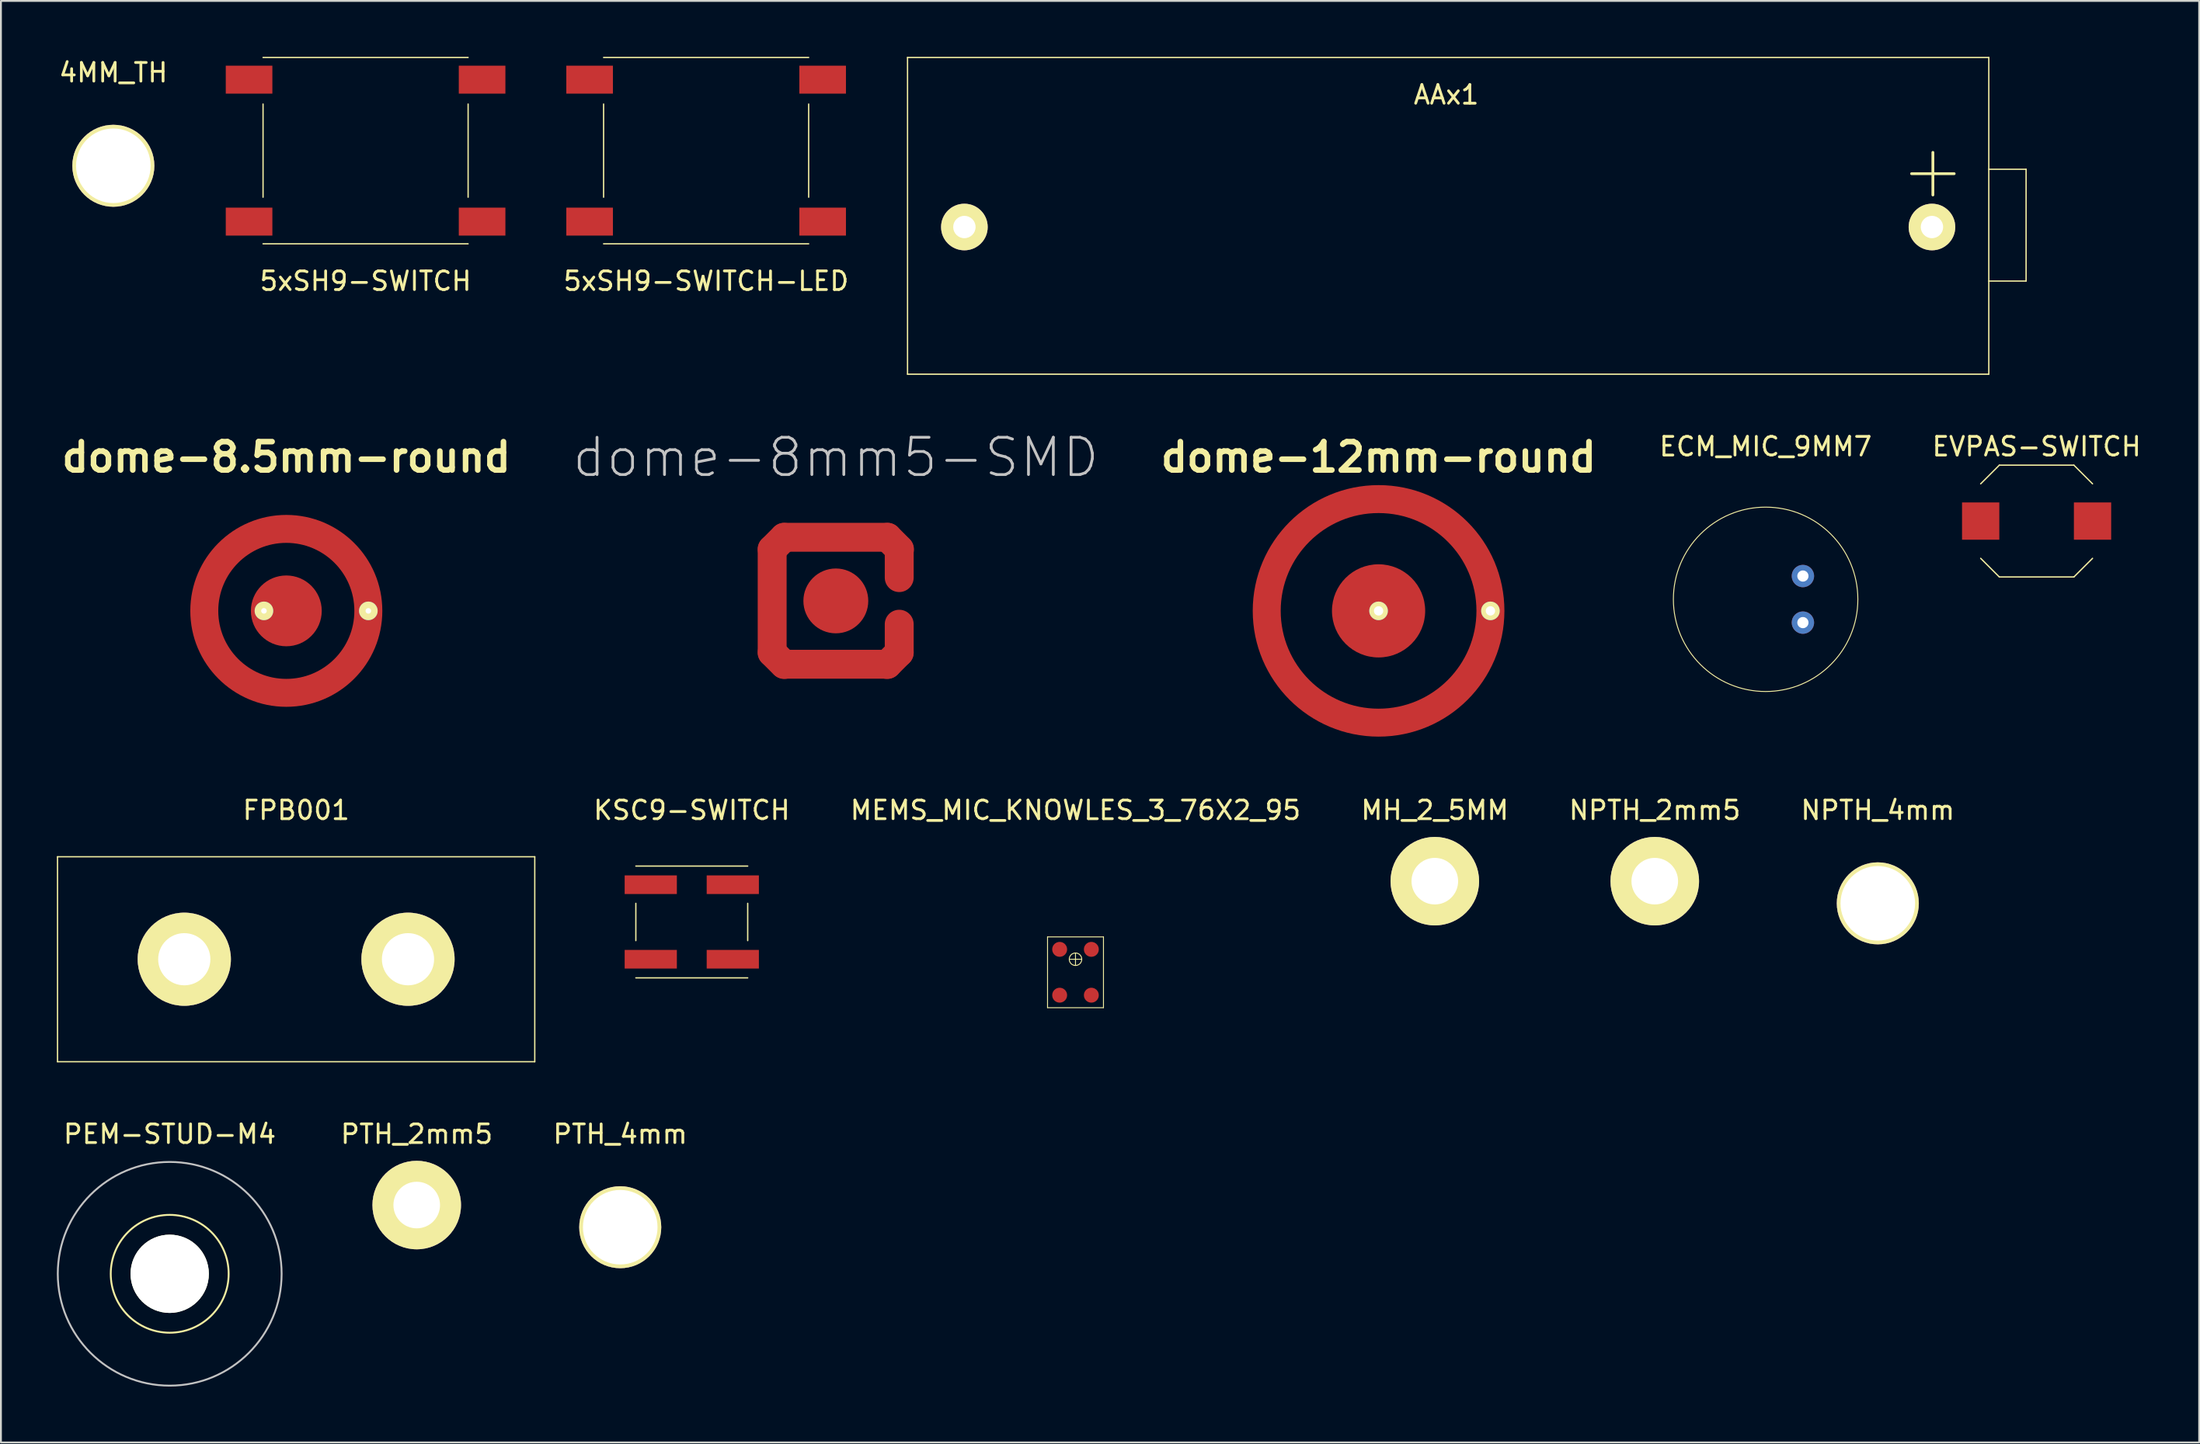
<source format=kicad_pcb>
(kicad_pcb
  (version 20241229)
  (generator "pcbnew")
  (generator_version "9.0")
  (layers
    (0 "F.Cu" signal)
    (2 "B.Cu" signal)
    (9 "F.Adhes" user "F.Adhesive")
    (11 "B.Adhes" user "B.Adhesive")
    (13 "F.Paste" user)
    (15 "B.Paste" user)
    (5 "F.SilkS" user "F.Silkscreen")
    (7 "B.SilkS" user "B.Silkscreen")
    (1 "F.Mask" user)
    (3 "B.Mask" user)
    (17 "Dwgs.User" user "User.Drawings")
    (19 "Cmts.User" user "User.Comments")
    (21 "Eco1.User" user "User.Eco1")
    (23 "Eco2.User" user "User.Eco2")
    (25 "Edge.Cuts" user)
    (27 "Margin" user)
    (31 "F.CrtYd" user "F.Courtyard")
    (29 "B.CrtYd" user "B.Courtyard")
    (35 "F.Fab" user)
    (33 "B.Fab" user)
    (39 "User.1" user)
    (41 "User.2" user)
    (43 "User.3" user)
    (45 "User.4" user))
  (footprint "ECM_MIC_9MM7"
    (layer "F.Cu")
    (at 91.658 29.118)
    (property "Reference" "ECM_MIC_9MM7" (at 0 -8.2 0) (layer "F.SilkS") (effects (font (size 1 1) (thickness 0.15))))
    (attr through_hole)
    (fp_circle (center 0 0) (end 1.2 4.8) (stroke (width 0.05) (type solid)) (fill no) (layer "F.SilkS"))
    (pad "1" thru_hole circle (at 2 1.25) (size 1.2 1.2) (drill 0.6) (layers "*.Cu" "*.Mask"))
    (pad "2" thru_hole circle (at 2 -1.25) (size 1.2 1.2) (drill 0.6) (layers "*.Cu" "*.Mask")))
  (footprint "5xSH9-SWITCH-LED"
    (layer "F.Cu")
    (at 34.827 5.035)
    (property "Reference" "5xSH9-SWITCH-LED" (at 0 7 0) (layer "F.SilkS") (effects (font (size 1 1) (thickness 0.15))))
    (attr through_hole)
    (fp_line (start -5.5 -5) (end 5.5 -5) (stroke (width 0.07) (type solid)) (layer "F.SilkS"))
    (fp_line (start -5.5 -2.5) (end -5.5 2.5) (stroke (width 0.07) (type solid)) (layer "F.SilkS"))
    (fp_line (start 5.5 -2.5) (end 5.5 2.5) (stroke (width 0.07) (type solid)) (layer "F.SilkS"))
    (fp_line (start 5.5 5) (end -5.5 5) (stroke (width 0.07) (type solid)) (layer "F.SilkS"))
    (pad "1" smd rect (at 6.25 -3.81) (size 2.5 1.5) (layers "F.Cu" "F.Mask" "F.Paste"))
    (pad "2" smd rect (at -6.25 -3.81) (size 2.5 1.5) (layers "F.Cu" "F.Mask" "F.Paste"))
    (pad "3" smd rect (at 6.25 3.81) (size 2.5 1.5) (layers "F.Cu" "F.Mask" "F.Paste"))
    (pad "4" smd rect (at -6.25 3.81) (size 2.5 1.5) (layers "F.Cu" "F.Mask" "F.Paste")))
  (footprint "PTH_2mm5"
    (layer "F.Cu")
    (at 19.303 61.63)
    (property "Reference" "PTH_2mm5" (at 0 -3.81 0) (layer "F.SilkS") (effects (font (size 1 1) (thickness 0.15))))
    (attr through_hole)
    (pad "1" thru_hole circle (at 0 0) (size 4.75 4.75) (drill 2.5) (layers "*.Cu" "*.Mask" "F.SilkS")))
  (footprint "dome-12mm-round"
    (layer "F.Cu")
    (at 70.897 29.738)
    (property "Reference" "dome-12mm-round" (at 0 -8.25 0) (layer "F.SilkS") (effects (font (size 1.524 1.524) (thickness 0.3))))
    (attr through_hole)
    (fp_circle (center 0 0) (end 6 0) (stroke (width 1.5) (type solid)) (fill no) (layer "F.Cu"))
    (fp_circle (center 0 0) (end 6 0) (stroke (width 1.7) (type solid)) (fill no) (layer "F.Mask"))
    (pad "1" thru_hole circle (at 0 0) (size 1 1) (drill 0.5) (layers "*.Cu" "*.Mask" "F.SilkS"))
    (pad "1" smd circle (at 0 0) (size 5 5) (layers "F.Cu" "F.Mask" "F.Paste"))
    (pad "2" thru_hole circle (at 6 0) (size 1 1) (drill 0.5) (layers "*.Cu" "*.Mask" "F.SilkS")))
  (footprint "dome-8mm5-SMD"
    (layer "F.Cu")
    (at 41.784 29.203)
    (property "Reference" "dome-8mm5-SMD" (at 0 -7.7 0) (layer "Dwgs.User") (effects (font (size 2 2) (thickness 0.15))))
    (attr through_hole)
    (fp_line (start -3.415 -2.77) (end -3.415 2.77) (stroke (width 1.55) (type solid)) (layer "F.Cu"))
    (fp_line (start -3.415 -2.77) (end -2.77 -3.415) (stroke (width 1.55) (type solid)) (layer "F.Cu"))
    (fp_line (start -3.415 2.77) (end -2.77 3.415) (stroke (width 1.55) (type solid)) (layer "F.Cu"))
    (fp_line (start 2.755 3.415) (end 3.4 2.77) (stroke (width 1.55) (type solid)) (layer "F.Cu"))
    (fp_line (start 2.77 -3.415) (end -2.77 -3.415) (stroke (width 1.55) (type solid)) (layer "F.Cu"))
    (fp_line (start 2.77 -3.415) (end 3.415 -2.77) (stroke (width 1.55) (type solid)) (layer "F.Cu"))
    (fp_line (start 2.77 3.4) (end -2.77 3.4) (stroke (width 1.55) (type solid)) (layer "F.Cu"))
    (fp_line (start 3.4 -2.77) (end 3.4 -1.25) (stroke (width 1.55) (type solid)) (layer "F.Cu"))
    (fp_line (start 3.4 1.25) (end 3.4 2.77) (stroke (width 1.55) (type solid)) (layer "F.Cu"))
    (fp_line (start -3.415 -2.77) (end -3.415 2.77) (stroke (width 1.75) (type solid)) (layer "F.Mask"))
    (fp_line (start -3.415 -2.77) (end -2.77 -3.415) (stroke (width 1.75) (type solid)) (layer "F.Mask"))
    (fp_line (start -3.415 2.77) (end -2.77 3.415) (stroke (width 1.75) (type solid)) (layer "F.Mask"))
    (fp_line (start 2.77 -3.415) (end -2.77 -3.415) (stroke (width 1.75) (type solid)) (layer "F.Mask"))
    (fp_line (start 2.77 -3.415) (end 3.415 -2.77) (stroke (width 1.75) (type solid)) (layer "F.Mask"))
    (fp_line (start 2.77 3.415) (end -2.77 3.415) (stroke (width 1.75) (type solid)) (layer "F.Mask"))
    (fp_line (start 2.77 3.415) (end 3.415 2.77) (stroke (width 1.75) (type solid)) (layer "F.Mask"))
    (fp_line (start 3.415 -2.77) (end 3.415 -1.25) (stroke (width 1.75) (type solid)) (layer "F.Mask"))
    (fp_line (start 3.415 1.25) (end 3.415 2.77) (stroke (width 1.75) (type solid)) (layer "F.Mask"))
    (pad "1" smd circle (at 0 0) (size 3.48 3.48) (layers "F.Cu" "F.Mask" "F.Paste"))
    (pad "2" smd circle (at -3.415 0) (size 1.25 1.25) (layers "F.Cu" "F.Mask" "F.Paste")))
  (footprint "NPTH_4mm"
    (layer "F.Cu")
    (at 97.676 45.436)
    (property "Reference" "NPTH_4mm" (at 0 -5 0) (layer "F.SilkS") (effects (font (size 1 1) (thickness 0.15))))
    (attr through_hole)
    (pad "" np_thru_hole circle (at 0 0) (size 4.4 4.4) (drill 4) (layers "*.Cu" "*.Mask" "F.SilkS")))
  (footprint "dome-8.5mm-round"
    (layer "F.Cu")
    (at 12.308 29.738)
    (property "Reference" "dome-8.5mm-round" (at 0 -8.25 0) (layer "F.SilkS") (effects (font (size 1.524 1.524) (thickness 0.3))))
    (attr through_hole)
    (fp_circle (center 0 0) (end 4.4 0) (stroke (width 1.5) (type solid)) (fill no) (layer "F.Cu"))
    (fp_circle (center 0 0) (end 4.4 0) (stroke (width 1.7) (type solid)) (fill no) (layer "F.Mask"))
    (pad "1" thru_hole circle (at -1.2 0) (size 1 1) (drill 0.3) (layers "*.Cu" "*.Mask" "F.SilkS"))
    (pad "1" smd circle (at 0 0) (size 3.8 3.8) (layers "F.Cu" "F.Mask" "F.Paste"))
    (pad "2" thru_hole circle (at 4.4 0) (size 1 1) (drill 0.3) (layers "*.Cu" "*.Mask" "F.SilkS")))
  (footprint "5xSH9-SWITCH"
    (layer "F.Cu")
    (at 16.56 5.035)
    (property "Reference" "5xSH9-SWITCH" (at 0 7 0) (layer "F.SilkS") (effects (font (size 1 1) (thickness 0.15))))
    (attr through_hole)
    (fp_line (start -5.5 -5) (end 5.5 -5) (stroke (width 0.07) (type solid)) (layer "F.SilkS"))
    (fp_line (start -5.5 -2.5) (end -5.5 2.5) (stroke (width 0.07) (type solid)) (layer "F.SilkS"))
    (fp_line (start 5.5 -2.5) (end 5.5 2.5) (stroke (width 0.07) (type solid)) (layer "F.SilkS"))
    (fp_line (start 5.5 5) (end -5.5 5) (stroke (width 0.07) (type solid)) (layer "F.SilkS"))
    (pad "1" smd rect (at -6.25 -3.81) (size 2.5 1.5) (layers "F.Cu" "F.Mask" "F.Paste"))
    (pad "1" smd rect (at 6.25 -3.81) (size 2.5 1.5) (layers "F.Cu" "F.Mask" "F.Paste"))
    (pad "2" smd rect (at -6.25 3.81) (size 2.5 1.5) (layers "F.Cu" "F.Mask" "F.Paste"))
    (pad "2" smd rect (at 6.25 3.81) (size 2.5 1.5) (layers "F.Cu" "F.Mask" "F.Paste")))
  (footprint "KSC9-SWITCH"
    (layer "F.Cu")
    (at 34.057 46.436)
    (property "Reference" "KSC9-SWITCH" (at 0 -6 0) (layer "F.SilkS") (effects (font (size 1 1) (thickness 0.15))))
    (attr through_hole)
    (fp_line (start -3 -3) (end 3 -3) (stroke (width 0.07) (type solid)) (layer "F.SilkS"))
    (fp_line (start -3 1) (end -3 -1) (stroke (width 0.07) (type solid)) (layer "F.SilkS"))
    (fp_line (start -3 3) (end 3 3) (stroke (width 0.07) (type solid)) (layer "F.SilkS"))
    (fp_line (start 3 1) (end 3 -1) (stroke (width 0.07) (type solid)) (layer "F.SilkS"))
    (pad "1" smd rect (at -2.2 -2) (size 2.8 1) (layers "F.Cu" "F.Mask" "F.Paste"))
    (pad "1" smd rect (at 2.2 -2) (size 2.8 1) (layers "F.Cu" "F.Mask" "F.Paste"))
    (pad "2" smd rect (at -2.2 2) (size 2.8 1) (layers "F.Cu" "F.Mask" "F.Paste"))
    (pad "2" smd rect (at 2.2 2) (size 2.8 1) (layers "F.Cu" "F.Mask" "F.Paste")))
  (footprint "EVPAS-SWITCH"
    (layer "F.Cu")
    (at 106.194 24.918)
    (property "Reference" "EVPAS-SWITCH" (at 0 -4 0) (layer "F.SilkS") (effects (font (size 1 1) (thickness 0.15))))
    (attr through_hole)
    (fp_line (start -3 -2) (end -2 -3) (stroke (width 0.07) (type solid)) (layer "F.SilkS"))
    (fp_line (start -3 2) (end -2 3) (stroke (width 0.07) (type solid)) (layer "F.SilkS"))
    (fp_line (start -2 -3) (end 2 -3) (stroke (width 0.07) (type solid)) (layer "F.SilkS"))
    (fp_line (start -2 3) (end 2 3) (stroke (width 0.07) (type solid)) (layer "F.SilkS"))
    (fp_line (start 2 -3) (end 3 -2) (stroke (width 0.07) (type solid)) (layer "F.SilkS"))
    (fp_line (start 2 3) (end 3 2) (stroke (width 0.07) (type solid)) (layer "F.SilkS"))
    (pad "1" smd rect (at -3 0) (size 2 2) (layers "F.Cu" "F.Mask" "F.Paste"))
    (pad "2" smd rect (at 3 0) (size 2 2) (layers "F.Cu" "F.Mask" "F.Paste")))
  (footprint "MEMS_MIC_KNOWLES_3_76X2_95"
    (layer "F.Cu")
    (at 54.64 48.436)
    (property "Reference" "MEMS_MIC_KNOWLES_3_76X2_95" (at 0 -8 0) (layer "F.SilkS") (effects (font (size 1 1) (thickness 0.15))))
    (attr through_hole)
    (fp_line (start -1.5 -1.2) (end -1.5 2.6) (stroke (width 0.05) (type solid)) (layer "F.SilkS"))
    (fp_line (start -1.5 2.6) (end 1.5 2.6) (stroke (width 0.05) (type solid)) (layer "F.SilkS"))
    (fp_line (start -0.3 0) (end 0.3 0) (stroke (width 0.05) (type solid)) (layer "F.SilkS"))
    (fp_line (start 0 -0.3) (end 0 0.3) (stroke (width 0.05) (type solid)) (layer "F.SilkS"))
    (fp_line (start 1.5 -1.2) (end -1.5 -1.2) (stroke (width 0.05) (type solid)) (layer "F.SilkS"))
    (fp_line (start 1.5 2.6) (end 1.5 -1.2) (stroke (width 0.05) (type solid)) (layer "F.SilkS"))
    (fp_circle (center 0 0) (end 0.15 0.3) (stroke (width 0.05) (type solid)) (fill no) (layer "F.SilkS"))
    (pad "1" smd circle (at 0.85 -0.53) (size 0.8 0.8) (layers "F.Cu" "F.Mask" "F.Paste"))
    (pad "2" smd circle (at 0.85 1.93) (size 0.8 0.8) (layers "F.Cu" "F.Mask" "F.Paste"))
    (pad "3" smd circle (at -0.85 1.93) (size 0.8 0.8) (layers "F.Cu" "F.Mask" "F.Paste"))
    (pad "4" smd circle (at -0.85 -0.53) (size 0.8 0.8) (layers "F.Cu" "F.Mask" "F.Paste")))
  (footprint "AAx1"
    (layer "F.Cu")
    (at 74.63 9.035)
    (property "Reference" "AAx1" (at -0.1 -7 0) (layer "F.SilkS") (effects (font (size 1 1) (thickness 0.15))))
    (attr through_hole)
    (fp_line (start -29 -9) (end -29 8) (stroke (width 0.07) (type solid)) (layer "F.SilkS"))
    (fp_line (start -29 8) (end 29 8) (stroke (width 0.07) (type solid)) (layer "F.SilkS"))
    (fp_line (start 29 -9) (end -29 -9) (stroke (width 0.07) (type solid)) (layer "F.SilkS"))
    (fp_line (start 29 3) (end 31 3) (stroke (width 0.07) (type solid)) (layer "F.SilkS"))
    (fp_line (start 29 8) (end 29 -9) (stroke (width 0.07) (type solid)) (layer "F.SilkS"))
    (fp_line (start 31 -3) (end 29 -3) (stroke (width 0.07) (type solid)) (layer "F.SilkS"))
    (fp_line (start 31 3) (end 31 -3) (stroke (width 0.07) (type solid)) (layer "F.SilkS"))
    (fp_text user "+" (at 26 -3 0) (layer "F.SilkS") (effects (font (size 3 3) (thickness 0.15))))
    (pad "1" thru_hole circle (at -25.95 0.1) (size 2.5 2.5) (drill 1.2) (layers "*.Cu" "*.Mask" "F.SilkS"))
    (pad "2" thru_hole circle (at 25.95 0.1) (size 2.5 2.5) (drill 1.2) (layers "*.Cu" "*.Mask" "F.SilkS")))
  (footprint "4MM_TH"
    (layer "F.Cu")
    (at 3.03 5.848)
    (property "Reference" "4MM_TH" (at 0 -5 0) (layer "F.SilkS") (effects (font (size 1 1) (thickness 0.15))))
    (attr through_hole)
    (pad "" np_thru_hole circle (at 0 0) (size 4.4 4.4) (drill 4) (layers "*.Cu" "*.Mask" "F.SilkS")))
  (footprint "FPB001"
    (layer "F.Cu")
    (at 12.835 48.436)
    (property "Reference" "FPB001" (at 0 -8 0) (layer "F.SilkS") (effects (font (size 1 1) (thickness 0.15))))
    (attr through_hole)
    (fp_line (start -12.8 -5.5) (end 12.8 -5.5) (stroke (width 0.07) (type solid)) (layer "F.SilkS"))
    (fp_line (start -12.8 5.5) (end -12.8 -5.5) (stroke (width 0.07) (type solid)) (layer "F.SilkS"))
    (fp_line (start 12.8 -5.5) (end 12.8 5.5) (stroke (width 0.07) (type solid)) (layer "F.SilkS"))
    (fp_line (start 12.8 5.5) (end -12.8 5.5) (stroke (width 0.07) (type solid)) (layer "F.SilkS"))
    (pad "1" thru_hole circle (at -6 0) (size 5 5) (drill 2.8) (layers "*.Cu" "*.Mask" "F.SilkS"))
    (pad "2" thru_hole circle (at 6 0) (size 5 5) (drill 2.8) (layers "*.Cu" "*.Mask" "F.SilkS")))
  (footprint "NPTH_2mm5"
    (layer "F.Cu")
    (at 85.712 44.246)
    (property "Reference" "NPTH_2mm5" (at 0 -3.81 0) (layer "F.SilkS") (effects (font (size 1 1) (thickness 0.15))))
    (attr through_hole)
    (pad "" np_thru_hole circle (at 0 0) (size 4.75 4.75) (drill 2.5) (layers "*.Cu" "*.Mask" "F.SilkS")))
  (footprint "MH_2_5MM"
    (layer "F.Cu")
    (at 73.914 44.246)
    (property "Reference" "MH_2_5MM" (at 0 -3.81 0) (layer "F.SilkS") (effects (font (size 1 1) (thickness 0.15))))
    (attr through_hole)
    (pad "1" thru_hole circle (at 0 0) (size 4.75 4.75) (drill 2.5) (layers "*.Cu" "*.Mask" "F.SilkS")))
  (footprint "PTH_4mm"
    (layer "F.Cu")
    (at 30.22 62.82)
    (property "Reference" "PTH_4mm" (at 0 -5 0) (layer "F.SilkS") (effects (font (size 1 1) (thickness 0.15))))
    (attr through_hole)
    (pad "" thru_hole circle (at 0 0) (size 4.4 4.4) (drill 4) (layers "*.Cu" "*.Mask" "F.SilkS")))
  (footprint "PEM-STUD-M4"
    (layer "F.Cu")
    (at 6.053 65.32)
    (property "Reference" "PEM-STUD-M4" (at 0 -7.5 0) (layer "F.SilkS") (effects (font (size 1 1) (thickness 0.15))))
    (attr through_hole)
    (fp_circle (center 0 0) (end 1.8 2.6) (stroke (width 0.1) (type solid)) (fill no) (layer "F.SilkS"))
    (fp_circle (center 0 0) (end 6 0.2) (stroke (width 0.1) (type solid)) (fill no) (layer "Dwgs.User"))
    (pad "" np_thru_hole circle (at 0 0) (size 4.2 4.2) (drill 4.2) (layers "*.Cu" "*.Mask" "F.SilkS")))
  (gr_rect
    (start -3 -3)
    (end 114.914 74.373)
    (stroke (width 0.1) (type default))
    (fill no)
    (layer "Edge.Cuts")))
</source>
